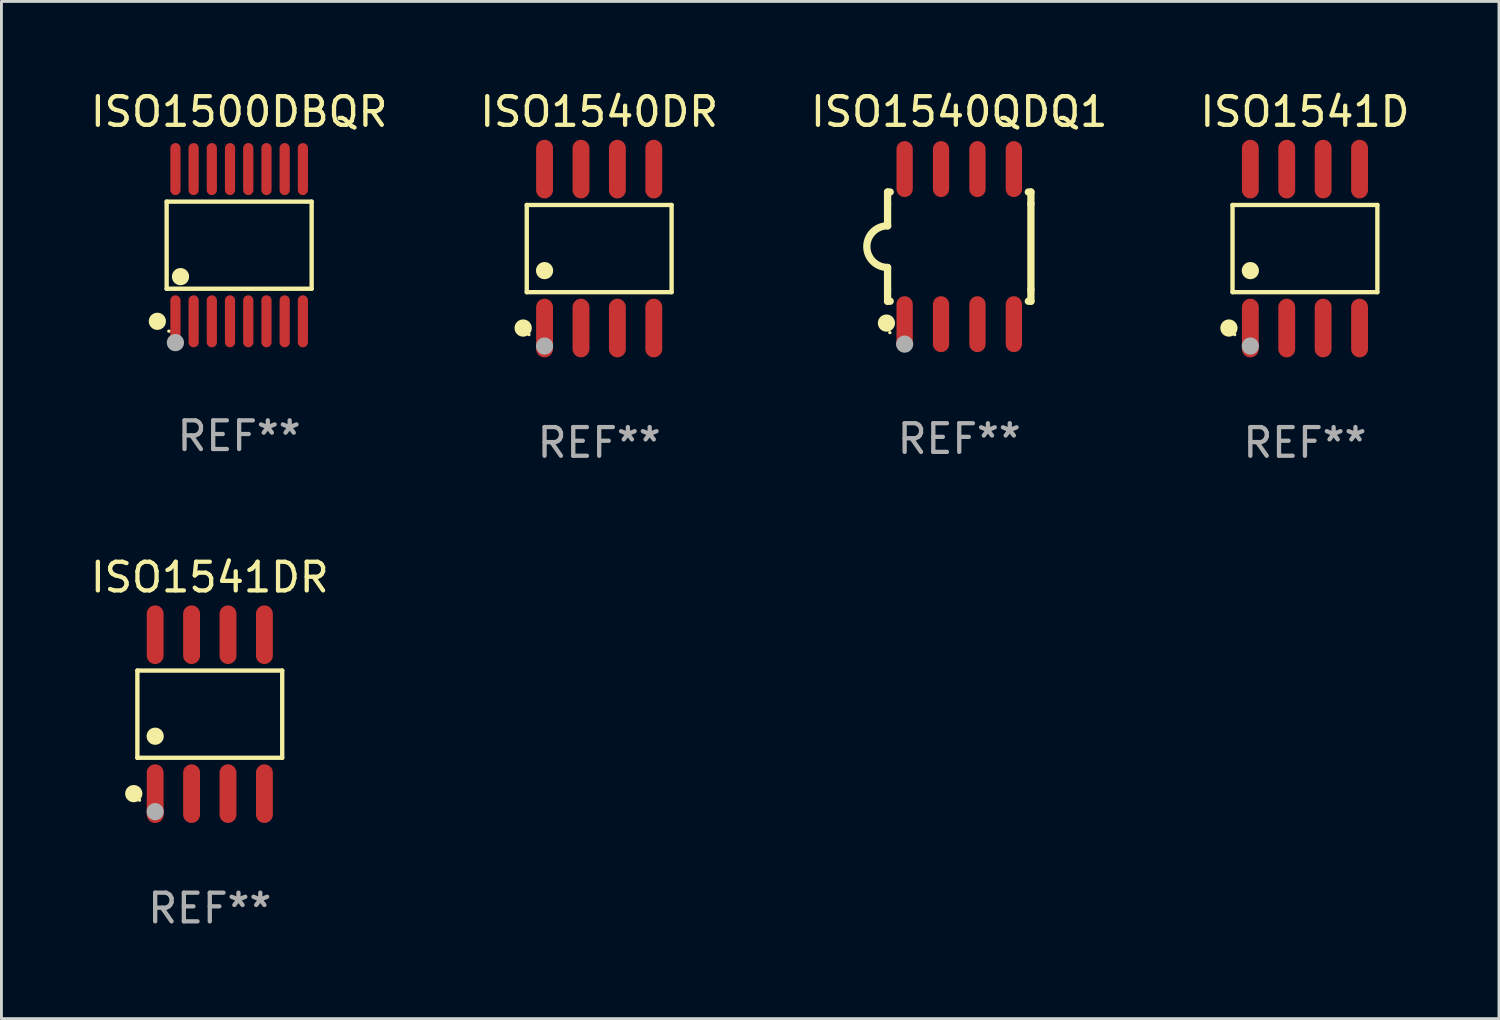
<source format=kicad_pcb>
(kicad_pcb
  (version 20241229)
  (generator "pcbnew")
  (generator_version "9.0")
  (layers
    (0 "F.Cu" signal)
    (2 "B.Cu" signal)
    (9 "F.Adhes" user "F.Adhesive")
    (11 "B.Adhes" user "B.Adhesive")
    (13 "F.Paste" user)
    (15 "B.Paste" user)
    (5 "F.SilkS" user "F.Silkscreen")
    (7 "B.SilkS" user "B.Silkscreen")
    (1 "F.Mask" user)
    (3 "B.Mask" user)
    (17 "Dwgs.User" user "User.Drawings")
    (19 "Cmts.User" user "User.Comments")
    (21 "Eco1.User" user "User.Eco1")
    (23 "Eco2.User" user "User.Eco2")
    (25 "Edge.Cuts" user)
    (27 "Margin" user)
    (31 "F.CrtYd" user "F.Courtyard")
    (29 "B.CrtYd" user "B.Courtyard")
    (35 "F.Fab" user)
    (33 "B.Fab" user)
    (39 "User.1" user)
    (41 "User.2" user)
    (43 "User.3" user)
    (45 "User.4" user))
  (footprint "ISO1540DR"
    (layer "F.Cu")
    (at 17.851 5.621)
    (property "Reference" "ISO1540DR" (at 0 -4.772 0) (layer "F.SilkS") (effects (font (size 1 1) (thickness 0.15))))
    (attr through_hole)
    (fp_line (start -2.526 -1.521) (end 2.526 -1.521) (stroke (width 0.152) (type solid)) (layer "F.SilkS"))
    (fp_line (start -2.526 1.521) (end -2.526 -1.521) (stroke (width 0.152) (type solid)) (layer "F.SilkS"))
    (fp_line (start 2.526 -1.521) (end 2.526 1.521) (stroke (width 0.152) (type solid)) (layer "F.SilkS"))
    (fp_line (start 2.526 1.521) (end -2.526 1.521) (stroke (width 0.152) (type solid)) (layer "F.SilkS"))
    (fp_circle (center -2.652 2.772) (end -2.501 2.772) (stroke (width 0.3) (type solid)) (fill no) (layer "F.SilkS"))
    (fp_circle (center -2.45 3) (end -2.42 3) (stroke (width 0.06) (type solid)) (fill no) (layer "F.SilkS"))
    (fp_circle (center -1.905 0.769) (end -1.755 0.769) (stroke (width 0.3) (type solid)) (fill no) (layer "F.SilkS"))
    (fp_circle (center -1.905 3.4) (end -1.755 3.4) (stroke (width 0.3) (type solid)) (fill no) (layer "F.Fab"))
    (fp_text user "REF**" (at 0 6.772 0) (layer "F.Fab") (effects (font (size 1 1) (thickness 0.15))))
    (pad "1" smd oval (at -1.905 2.772) (size 0.588 2.045) (layers "F.Cu" "F.Mask" "F.Paste"))
    (pad "2" smd oval (at -0.635 2.772) (size 0.588 2.045) (layers "F.Cu" "F.Mask" "F.Paste"))
    (pad "3" smd oval (at 0.635 2.772) (size 0.588 2.045) (layers "F.Cu" "F.Mask" "F.Paste"))
    (pad "4" smd oval (at 1.905 2.772) (size 0.588 2.045) (layers "F.Cu" "F.Mask" "F.Paste"))
    (pad "5" smd oval (at 1.905 -2.772) (size 0.588 2.045) (layers "F.Cu" "F.Mask" "F.Paste"))
    (pad "6" smd oval (at 0.635 -2.772) (size 0.588 2.045) (layers "F.Cu" "F.Mask" "F.Paste"))
    (pad "7" smd oval (at -0.635 -2.772) (size 0.588 2.045) (layers "F.Cu" "F.Mask" "F.Paste"))
    (pad "8" smd oval (at -1.905 -2.772) (size 0.588 2.045) (layers "F.Cu" "F.Mask" "F.Paste")))
  (footprint "ISO1541DR"
    (layer "F.Cu")
    (at 4.268 21.862)
    (property "Reference" "ISO1541DR" (at 0 -4.772 0) (layer "F.SilkS") (effects (font (size 1 1) (thickness 0.15))))
    (attr through_hole)
    (fp_line (start -2.526 -1.521) (end 2.526 -1.521) (stroke (width 0.152) (type solid)) (layer "F.SilkS"))
    (fp_line (start -2.526 1.521) (end -2.526 -1.521) (stroke (width 0.152) (type solid)) (layer "F.SilkS"))
    (fp_line (start 2.526 -1.521) (end 2.526 1.521) (stroke (width 0.152) (type solid)) (layer "F.SilkS"))
    (fp_line (start 2.526 1.521) (end -2.526 1.521) (stroke (width 0.152) (type solid)) (layer "F.SilkS"))
    (fp_circle (center -2.652 2.772) (end -2.501 2.772) (stroke (width 0.3) (type solid)) (fill no) (layer "F.SilkS"))
    (fp_circle (center -2.45 3) (end -2.42 3) (stroke (width 0.06) (type solid)) (fill no) (layer "F.SilkS"))
    (fp_circle (center -1.905 0.769) (end -1.755 0.769) (stroke (width 0.3) (type solid)) (fill no) (layer "F.SilkS"))
    (fp_circle (center -1.905 3.4) (end -1.755 3.4) (stroke (width 0.3) (type solid)) (fill no) (layer "F.Fab"))
    (fp_text user "REF**" (at 0 6.772 0) (layer "F.Fab") (effects (font (size 1 1) (thickness 0.15))))
    (pad "1" smd oval (at -1.905 2.772) (size 0.588 2.045) (layers "F.Cu" "F.Mask" "F.Paste"))
    (pad "2" smd oval (at -0.635 2.772) (size 0.588 2.045) (layers "F.Cu" "F.Mask" "F.Paste"))
    (pad "3" smd oval (at 0.635 2.772) (size 0.588 2.045) (layers "F.Cu" "F.Mask" "F.Paste"))
    (pad "4" smd oval (at 1.905 2.772) (size 0.588 2.045) (layers "F.Cu" "F.Mask" "F.Paste"))
    (pad "5" smd oval (at 1.905 -2.772) (size 0.588 2.045) (layers "F.Cu" "F.Mask" "F.Paste"))
    (pad "6" smd oval (at 0.635 -2.772) (size 0.588 2.045) (layers "F.Cu" "F.Mask" "F.Paste"))
    (pad "7" smd oval (at -0.635 -2.772) (size 0.588 2.045) (layers "F.Cu" "F.Mask" "F.Paste"))
    (pad "8" smd oval (at -1.905 -2.772) (size 0.588 2.045) (layers "F.Cu" "F.Mask" "F.Paste")))
  (footprint "ISO1541D"
    (layer "F.Cu")
    (at 42.47 5.621)
    (property "Reference" "ISO1541D" (at 0 -4.772 0) (layer "F.SilkS") (effects (font (size 1 1) (thickness 0.15))))
    (attr through_hole)
    (fp_line (start -2.526 -1.521) (end 2.526 -1.521) (stroke (width 0.152) (type solid)) (layer "F.SilkS"))
    (fp_line (start -2.526 1.521) (end -2.526 -1.521) (stroke (width 0.152) (type solid)) (layer "F.SilkS"))
    (fp_line (start 2.526 -1.521) (end 2.526 1.521) (stroke (width 0.152) (type solid)) (layer "F.SilkS"))
    (fp_line (start 2.526 1.521) (end -2.526 1.521) (stroke (width 0.152) (type solid)) (layer "F.SilkS"))
    (fp_circle (center -2.652 2.772) (end -2.501 2.772) (stroke (width 0.3) (type solid)) (fill no) (layer "F.SilkS"))
    (fp_circle (center -2.45 3) (end -2.42 3) (stroke (width 0.06) (type solid)) (fill no) (layer "F.SilkS"))
    (fp_circle (center -1.905 0.769) (end -1.755 0.769) (stroke (width 0.3) (type solid)) (fill no) (layer "F.SilkS"))
    (fp_circle (center -1.905 3.4) (end -1.755 3.4) (stroke (width 0.3) (type solid)) (fill no) (layer "F.Fab"))
    (fp_text user "REF**" (at 0 6.772 0) (layer "F.Fab") (effects (font (size 1 1) (thickness 0.15))))
    (pad "1" smd oval (at -1.905 2.772) (size 0.588 2.045) (layers "F.Cu" "F.Mask" "F.Paste"))
    (pad "2" smd oval (at -0.635 2.772) (size 0.588 2.045) (layers "F.Cu" "F.Mask" "F.Paste"))
    (pad "3" smd oval (at 0.635 2.772) (size 0.588 2.045) (layers "F.Cu" "F.Mask" "F.Paste"))
    (pad "4" smd oval (at 1.905 2.772) (size 0.588 2.045) (layers "F.Cu" "F.Mask" "F.Paste"))
    (pad "5" smd oval (at 1.905 -2.772) (size 0.588 2.045) (layers "F.Cu" "F.Mask" "F.Paste"))
    (pad "6" smd oval (at 0.635 -2.772) (size 0.588 2.045) (layers "F.Cu" "F.Mask" "F.Paste"))
    (pad "7" smd oval (at -0.635 -2.772) (size 0.588 2.045) (layers "F.Cu" "F.Mask" "F.Paste"))
    (pad "8" smd oval (at -1.905 -2.772) (size 0.588 2.045) (layers "F.Cu" "F.Mask" "F.Paste")))
  (footprint "ISO1500DBQR"
    (layer "F.Cu")
    (at 5.292 5.503)
    (property "Reference" "ISO1500DBQR" (at 0 -4.655 0) (layer "F.SilkS") (effects (font (size 1 1) (thickness 0.15))))
    (attr through_hole)
    (fp_line (start -2.529 -1.519) (end 2.529 -1.519) (stroke (width 0.152) (type solid)) (layer "F.SilkS"))
    (fp_line (start -2.529 1.519) (end -2.529 -1.519) (stroke (width 0.152) (type solid)) (layer "F.SilkS"))
    (fp_line (start 2.529 -1.519) (end 2.529 1.519) (stroke (width 0.152) (type solid)) (layer "F.SilkS"))
    (fp_line (start 2.529 1.519) (end -2.529 1.519) (stroke (width 0.152) (type solid)) (layer "F.SilkS"))
    (fp_circle (center -2.853 2.655) (end -2.703 2.655) (stroke (width 0.3) (type solid)) (fill no) (layer "F.SilkS"))
    (fp_circle (center -2.453 2.998) (end -2.423 2.998) (stroke (width 0.06) (type solid)) (fill no) (layer "F.SilkS"))
    (fp_circle (center -2.045 1.097) (end -1.895 1.097) (stroke (width 0.3) (type solid)) (fill no) (layer "F.SilkS"))
    (fp_circle (center -2.223 3.398) (end -2.072 3.398) (stroke (width 0.3) (type solid)) (fill no) (layer "F.Fab"))
    (fp_text user "REF**" (at 0 6.655 0) (layer "F.Fab") (effects (font (size 1 1) (thickness 0.15))))
    (pad "1" smd oval (at -2.223 2.655) (size 0.356 1.815) (layers "F.Cu" "F.Mask" "F.Paste"))
    (pad "2" smd oval (at -1.588 2.655) (size 0.356 1.815) (layers "F.Cu" "F.Mask" "F.Paste"))
    (pad "3" smd oval (at -0.953 2.655) (size 0.356 1.815) (layers "F.Cu" "F.Mask" "F.Paste"))
    (pad "4" smd oval (at -0.318 2.655) (size 0.356 1.815) (layers "F.Cu" "F.Mask" "F.Paste"))
    (pad "5" smd oval (at 0.318 2.655) (size 0.356 1.815) (layers "F.Cu" "F.Mask" "F.Paste"))
    (pad "6" smd oval (at 0.953 2.655) (size 0.356 1.815) (layers "F.Cu" "F.Mask" "F.Paste"))
    (pad "7" smd oval (at 1.588 2.655) (size 0.356 1.815) (layers "F.Cu" "F.Mask" "F.Paste"))
    (pad "8" smd oval (at 2.223 2.655) (size 0.356 1.815) (layers "F.Cu" "F.Mask" "F.Paste"))
    (pad "9" smd oval (at 2.223 -2.655) (size 0.356 1.815) (layers "F.Cu" "F.Mask" "F.Paste"))
    (pad "10" smd oval (at 1.588 -2.655) (size 0.356 1.815) (layers "F.Cu" "F.Mask" "F.Paste"))
    (pad "11" smd oval (at 0.953 -2.655) (size 0.356 1.815) (layers "F.Cu" "F.Mask" "F.Paste"))
    (pad "12" smd oval (at 0.318 -2.655) (size 0.356 1.815) (layers "F.Cu" "F.Mask" "F.Paste"))
    (pad "13" smd oval (at -0.318 -2.655) (size 0.356 1.815) (layers "F.Cu" "F.Mask" "F.Paste"))
    (pad "14" smd oval (at -0.953 -2.655) (size 0.356 1.815) (layers "F.Cu" "F.Mask" "F.Paste"))
    (pad "15" smd oval (at -1.588 -2.655) (size 0.356 1.815) (layers "F.Cu" "F.Mask" "F.Paste"))
    (pad "16" smd oval (at -2.223 -2.655) (size 0.356 1.815) (layers "F.Cu" "F.Mask" "F.Paste")))
  (footprint "ISO1540QDQ1"
    (layer "F.Cu")
    (at 30.411 5.553)
    (property "Reference" "ISO1540QDQ1" (at 0 -4.705 0) (layer "F.SilkS") (effects (font (size 1 1) (thickness 0.15))))
    (attr through_hole)
    (fp_line (start -2.5 -1.905) (end -2.409 -1.905) (stroke (width 0.254) (type solid)) (layer "F.SilkS"))
    (fp_line (start -2.5 -1.5) (end -2.5 -1.905) (stroke (width 0.254) (type solid)) (layer "F.SilkS"))
    (fp_line (start -2.5 -1.5) (end -2.5 -0.726) (stroke (width 0.254) (type solid)) (layer "F.SilkS"))
    (fp_line (start -2.5 1.5) (end -2.5 0.727) (stroke (width 0.254) (type solid)) (layer "F.SilkS"))
    (fp_line (start -2.5 1.5) (end -2.5 1.905) (stroke (width 0.254) (type solid)) (layer "F.SilkS"))
    (fp_line (start -2.5 1.905) (end -2.409 1.905) (stroke (width 0.254) (type solid)) (layer "F.SilkS"))
    (fp_line (start 2.5 -1.905) (end 2.409 -1.905) (stroke (width 0.254) (type solid)) (layer "F.SilkS"))
    (fp_line (start 2.5 -1.5) (end 2.5 -1.905) (stroke (width 0.254) (type solid)) (layer "F.SilkS"))
    (fp_line (start 2.5 -1.5) (end 2.5 1.5) (stroke (width 0.254) (type solid)) (layer "F.SilkS"))
    (fp_line (start 2.5 1.5) (end 2.5 1.905) (stroke (width 0.254) (type solid)) (layer "F.SilkS"))
    (fp_line (start 2.5 1.905) (end 2.409 1.905) (stroke (width 0.254) (type solid)) (layer "F.SilkS"))
    (fp_arc (start -2.5 0.726568) (mid -3.220316 -0.0023) (end -2.495097 -0.726289) (stroke (width 0.254001) (type solid)) (layer "F.SilkS"))
    (fp_circle (center -2.54 2.667) (end -2.39 2.667) (stroke (width 0.3) (type solid)) (fill no) (layer "F.SilkS"))
    (fp_circle (center -2.42 3) (end -2.39 3) (stroke (width 0.06) (type solid)) (fill no) (layer "F.SilkS"))
    (fp_circle (center -1.905 3.4) (end -1.755 3.4) (stroke (width 0.3) (type solid)) (fill no) (layer "F.Fab"))
    (fp_text user "REF**" (at 0 6.705 0) (layer "F.Fab") (effects (font (size 1 1) (thickness 0.15))))
    (pad "1" smd oval (at -1.905 2.705) (size 0.568 1.95) (layers "F.Cu" "F.Mask" "F.Paste"))
    (pad "2" smd oval (at -0.635 2.705) (size 0.568 1.95) (layers "F.Cu" "F.Mask" "F.Paste"))
    (pad "3" smd oval (at 0.635 2.705) (size 0.568 1.95) (layers "F.Cu" "F.Mask" "F.Paste"))
    (pad "4" smd oval (at 1.905 2.705) (size 0.568 1.95) (layers "F.Cu" "F.Mask" "F.Paste"))
    (pad "5" smd oval (at 1.905 -2.705) (size 0.568 1.95) (layers "F.Cu" "F.Mask" "F.Paste"))
    (pad "6" smd oval (at 0.635 -2.705) (size 0.568 1.95) (layers "F.Cu" "F.Mask" "F.Paste"))
    (pad "7" smd oval (at -0.635 -2.705) (size 0.568 1.95) (layers "F.Cu" "F.Mask" "F.Paste"))
    (pad "8" smd oval (at -1.905 -2.705) (size 0.568 1.95) (layers "F.Cu" "F.Mask" "F.Paste")))
  (gr_rect
    (start -3 -3)
    (end 49.238 32.483)
    (stroke (width 0.1) (type default))
    (fill no)
    (layer "Edge.Cuts")))
</source>
